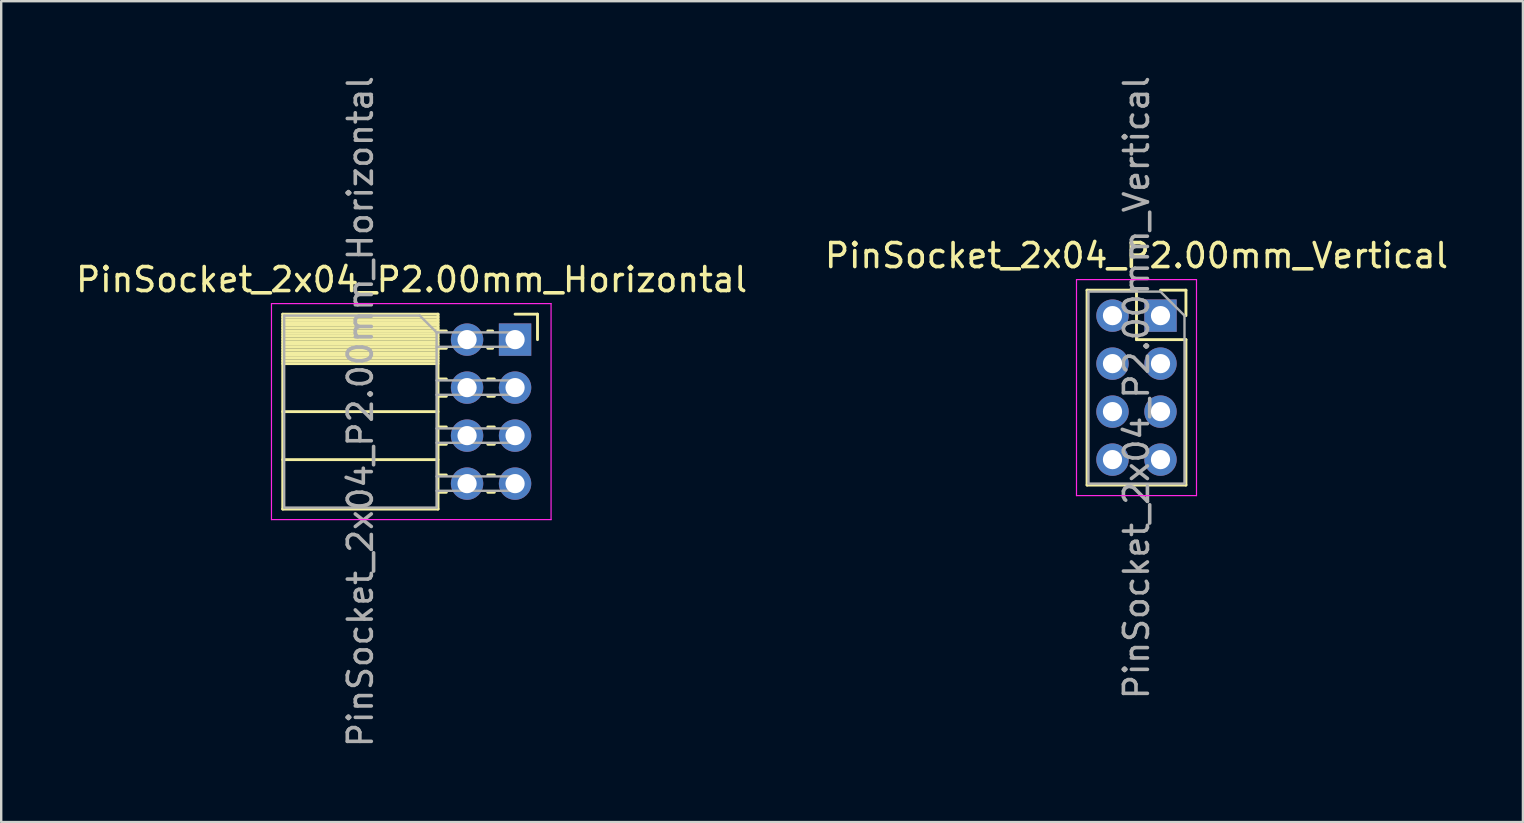
<source format=kicad_pcb>
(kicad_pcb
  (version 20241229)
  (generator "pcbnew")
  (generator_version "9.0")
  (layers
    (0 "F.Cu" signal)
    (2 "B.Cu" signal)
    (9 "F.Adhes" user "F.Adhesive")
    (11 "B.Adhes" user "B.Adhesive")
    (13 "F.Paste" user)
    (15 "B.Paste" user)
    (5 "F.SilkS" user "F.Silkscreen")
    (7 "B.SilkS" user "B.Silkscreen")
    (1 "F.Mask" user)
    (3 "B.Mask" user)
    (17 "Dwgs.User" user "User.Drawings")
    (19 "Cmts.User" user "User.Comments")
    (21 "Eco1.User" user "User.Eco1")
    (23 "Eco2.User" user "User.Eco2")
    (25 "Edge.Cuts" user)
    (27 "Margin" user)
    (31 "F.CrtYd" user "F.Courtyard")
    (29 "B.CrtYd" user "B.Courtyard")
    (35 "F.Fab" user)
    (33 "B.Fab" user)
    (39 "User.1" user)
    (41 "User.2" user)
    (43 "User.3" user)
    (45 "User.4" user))
  (footprint "PinSocket_2x04_P2.00mm_Horizontal"
    (layer "F.Cu")
    (at 18.411 11.101)
    (property "Reference" "PinSocket_2x04_P2.00mm_Horizontal" (at -4.31 -2.5 0) (layer "F.SilkS") (effects (font (size 1 1) (thickness 0.15))))
    (attr through_hole)
    (fp_line (start -9.68 -1.06) (end -9.68 7.06) (stroke (width 0.12) (type solid)) (layer "F.SilkS"))
    (fp_line (start -9.68 -1.06) (end -3.21 -1.06) (stroke (width 0.12) (type solid)) (layer "F.SilkS"))
    (fp_line (start -9.68 -0.94) (end -3.21 -0.94) (stroke (width 0.12) (type solid)) (layer "F.SilkS"))
    (fp_line (start -9.68 -0.826) (end -3.21 -0.826) (stroke (width 0.12) (type solid)) (layer "F.SilkS"))
    (fp_line (start -9.68 -0.712) (end -3.21 -0.712) (stroke (width 0.12) (type solid)) (layer "F.SilkS"))
    (fp_line (start -9.68 -0.598) (end -3.21 -0.598) (stroke (width 0.12) (type solid)) (layer "F.SilkS"))
    (fp_line (start -9.68 -0.484) (end -3.21 -0.484) (stroke (width 0.12) (type solid)) (layer "F.SilkS"))
    (fp_line (start -9.68 -0.369) (end -3.21 -0.369) (stroke (width 0.12) (type solid)) (layer "F.SilkS"))
    (fp_line (start -9.68 -0.255) (end -3.21 -0.255) (stroke (width 0.12) (type solid)) (layer "F.SilkS"))
    (fp_line (start -9.68 -0.141) (end -3.21 -0.141) (stroke (width 0.12) (type solid)) (layer "F.SilkS"))
    (fp_line (start -9.68 -0.027) (end -3.21 -0.027) (stroke (width 0.12) (type solid)) (layer "F.SilkS"))
    (fp_line (start -9.68 0.087) (end -3.21 0.087) (stroke (width 0.12) (type solid)) (layer "F.SilkS"))
    (fp_line (start -9.68 0.201) (end -3.21 0.201) (stroke (width 0.12) (type solid)) (layer "F.SilkS"))
    (fp_line (start -9.68 0.315) (end -3.21 0.315) (stroke (width 0.12) (type solid)) (layer "F.SilkS"))
    (fp_line (start -9.68 0.429) (end -3.21 0.429) (stroke (width 0.12) (type solid)) (layer "F.SilkS"))
    (fp_line (start -9.68 0.544) (end -3.21 0.544) (stroke (width 0.12) (type solid)) (layer "F.SilkS"))
    (fp_line (start -9.68 0.658) (end -3.21 0.658) (stroke (width 0.12) (type solid)) (layer "F.SilkS"))
    (fp_line (start -9.68 0.772) (end -3.21 0.772) (stroke (width 0.12) (type solid)) (layer "F.SilkS"))
    (fp_line (start -9.68 0.886) (end -3.21 0.886) (stroke (width 0.12) (type solid)) (layer "F.SilkS"))
    (fp_line (start -9.68 1) (end -3.21 1) (stroke (width 0.12) (type solid)) (layer "F.SilkS"))
    (fp_line (start -9.68 3) (end -3.21 3) (stroke (width 0.12) (type solid)) (layer "F.SilkS"))
    (fp_line (start -9.68 5) (end -3.21 5) (stroke (width 0.12) (type solid)) (layer "F.SilkS"))
    (fp_line (start -9.68 7.06) (end -3.21 7.06) (stroke (width 0.12) (type solid)) (layer "F.SilkS"))
    (fp_line (start -3.21 -1.06) (end -3.21 7.06) (stroke (width 0.12) (type solid)) (layer "F.SilkS"))
    (fp_line (start -3.21 -0.36) (end -2.863 -0.36) (stroke (width 0.12) (type solid)) (layer "F.SilkS"))
    (fp_line (start -3.21 0.36) (end -2.863 0.36) (stroke (width 0.12) (type solid)) (layer "F.SilkS"))
    (fp_line (start -3.21 1.64) (end -2.863 1.64) (stroke (width 0.12) (type solid)) (layer "F.SilkS"))
    (fp_line (start -3.21 2.36) (end -2.863 2.36) (stroke (width 0.12) (type solid)) (layer "F.SilkS"))
    (fp_line (start -3.21 3.64) (end -2.863 3.64) (stroke (width 0.12) (type solid)) (layer "F.SilkS"))
    (fp_line (start -3.21 4.36) (end -2.863 4.36) (stroke (width 0.12) (type solid)) (layer "F.SilkS"))
    (fp_line (start -3.21 5.64) (end -2.863 5.64) (stroke (width 0.12) (type solid)) (layer "F.SilkS"))
    (fp_line (start -3.21 6.36) (end -2.863 6.36) (stroke (width 0.12) (type solid)) (layer "F.SilkS"))
    (fp_line (start -1.137 -0.36) (end -0.935 -0.36) (stroke (width 0.12) (type solid)) (layer "F.SilkS"))
    (fp_line (start -1.137 0.36) (end -0.935 0.36) (stroke (width 0.12) (type solid)) (layer "F.SilkS"))
    (fp_line (start -1.137 1.64) (end -0.863 1.64) (stroke (width 0.12) (type solid)) (layer "F.SilkS"))
    (fp_line (start -1.137 2.36) (end -0.863 2.36) (stroke (width 0.12) (type solid)) (layer "F.SilkS"))
    (fp_line (start -1.137 3.64) (end -0.863 3.64) (stroke (width 0.12) (type solid)) (layer "F.SilkS"))
    (fp_line (start -1.137 4.36) (end -0.863 4.36) (stroke (width 0.12) (type solid)) (layer "F.SilkS"))
    (fp_line (start -1.137 5.64) (end -0.863 5.64) (stroke (width 0.12) (type solid)) (layer "F.SilkS"))
    (fp_line (start -1.137 6.36) (end -0.863 6.36) (stroke (width 0.12) (type solid)) (layer "F.SilkS"))
    (fp_line (start 0 -1.06) (end 0.935 -1.06) (stroke (width 0.12) (type solid)) (layer "F.SilkS"))
    (fp_line (start 0.935 -1.06) (end 0.935 0) (stroke (width 0.12) (type solid)) (layer "F.SilkS"))
    (fp_line (start -10.15 -1.5) (end -10.15 7.5) (stroke (width 0.05) (type solid)) (layer "F.CrtYd"))
    (fp_line (start -10.15 7.5) (end 1.5 7.5) (stroke (width 0.05) (type solid)) (layer "F.CrtYd"))
    (fp_line (start 1.5 -1.5) (end -10.15 -1.5) (stroke (width 0.05) (type solid)) (layer "F.CrtYd"))
    (fp_line (start 1.5 7.5) (end 1.5 -1.5) (stroke (width 0.05) (type solid)) (layer "F.CrtYd"))
    (fp_line (start -9.62 -1) (end -3.97 -1) (stroke (width 0.1) (type solid)) (layer "F.Fab"))
    (fp_line (start -9.62 7) (end -9.62 -1) (stroke (width 0.1) (type solid)) (layer "F.Fab"))
    (fp_line (start -3.97 -1) (end -3.27 -0.3) (stroke (width 0.1) (type solid)) (layer "F.Fab"))
    (fp_line (start -3.27 -0.3) (end -3.27 7) (stroke (width 0.1) (type solid)) (layer "F.Fab"))
    (fp_line (start -3.27 0.3) (end 0 0.3) (stroke (width 0.1) (type solid)) (layer "F.Fab"))
    (fp_line (start -3.27 2.3) (end 0 2.3) (stroke (width 0.1) (type solid)) (layer "F.Fab"))
    (fp_line (start -3.27 4.3) (end 0 4.3) (stroke (width 0.1) (type solid)) (layer "F.Fab"))
    (fp_line (start -3.27 6.3) (end 0 6.3) (stroke (width 0.1) (type solid)) (layer "F.Fab"))
    (fp_line (start -3.27 7) (end -9.62 7) (stroke (width 0.1) (type solid)) (layer "F.Fab"))
    (fp_line (start 0 -0.3) (end -3.27 -0.3) (stroke (width 0.1) (type solid)) (layer "F.Fab"))
    (fp_line (start 0 0.3) (end 0 -0.3) (stroke (width 0.1) (type solid)) (layer "F.Fab"))
    (fp_line (start 0 1.7) (end -3.27 1.7) (stroke (width 0.1) (type solid)) (layer "F.Fab"))
    (fp_line (start 0 2.3) (end 0 1.7) (stroke (width 0.1) (type solid)) (layer "F.Fab"))
    (fp_line (start 0 3.7) (end -3.27 3.7) (stroke (width 0.1) (type solid)) (layer "F.Fab"))
    (fp_line (start 0 4.3) (end 0 3.7) (stroke (width 0.1) (type solid)) (layer "F.Fab"))
    (fp_line (start 0 5.7) (end -3.27 5.7) (stroke (width 0.1) (type solid)) (layer "F.Fab"))
    (fp_line (start 0 6.3) (end 0 5.7) (stroke (width 0.1) (type solid)) (layer "F.Fab"))
    (fp_text user "${REFERENCE}" (at -6.445 3 90) (layer "F.Fab") (effects (font (size 1 1) (thickness 0.15))))
    (pad "1" thru_hole rect (at 0 0) (size 1.35 1.35) (drill 0.8) (layers "*.Cu" "*.Mask"))
    (pad "2" thru_hole circle (at -2 0) (size 1.35 1.35) (drill 0.8) (layers "*.Cu" "*.Mask"))
    (pad "3" thru_hole circle (at 0 2) (size 1.35 1.35) (drill 0.8) (layers "*.Cu" "*.Mask"))
    (pad "4" thru_hole circle (at -2 2) (size 1.35 1.35) (drill 0.8) (layers "*.Cu" "*.Mask"))
    (pad "5" thru_hole circle (at 0 4) (size 1.35 1.35) (drill 0.8) (layers "*.Cu" "*.Mask"))
    (pad "6" thru_hole circle (at -2 4) (size 1.35 1.35) (drill 0.8) (layers "*.Cu" "*.Mask"))
    (pad "7" thru_hole circle (at 0 6) (size 1.35 1.35) (drill 0.8) (layers "*.Cu" "*.Mask"))
    (pad "8" thru_hole circle (at -2 6) (size 1.35 1.35) (drill 0.8) (layers "*.Cu" "*.Mask")))
  (footprint "PinSocket_2x04_P2.00mm_Vertical"
    (layer "F.Cu")
    (at 45.304 10.101)
    (property "Reference" "PinSocket_2x04_P2.00mm_Vertical" (at -1 -2.5 0) (layer "F.SilkS") (effects (font (size 1 1) (thickness 0.15))))
    (attr through_hole)
    (fp_line (start -3.06 -1.06) (end -3.06 7.06) (stroke (width 0.12) (type solid)) (layer "F.SilkS"))
    (fp_line (start -3.06 -1.06) (end -1 -1.06) (stroke (width 0.12) (type solid)) (layer "F.SilkS"))
    (fp_line (start -3.06 7.06) (end 1.06 7.06) (stroke (width 0.12) (type solid)) (layer "F.SilkS"))
    (fp_line (start -1 -1.06) (end -1 1) (stroke (width 0.12) (type solid)) (layer "F.SilkS"))
    (fp_line (start -1 1) (end 1.06 1) (stroke (width 0.12) (type solid)) (layer "F.SilkS"))
    (fp_line (start 0 -1.06) (end 1.06 -1.06) (stroke (width 0.12) (type solid)) (layer "F.SilkS"))
    (fp_line (start 1.06 -1.06) (end 1.06 0) (stroke (width 0.12) (type solid)) (layer "F.SilkS"))
    (fp_line (start 1.06 1) (end 1.06 7.06) (stroke (width 0.12) (type solid)) (layer "F.SilkS"))
    (fp_line (start -3.5 -1.5) (end 1.5 -1.5) (stroke (width 0.05) (type solid)) (layer "F.CrtYd"))
    (fp_line (start -3.5 7.5) (end -3.5 -1.5) (stroke (width 0.05) (type solid)) (layer "F.CrtYd"))
    (fp_line (start 1.5 -1.5) (end 1.5 7.5) (stroke (width 0.05) (type solid)) (layer "F.CrtYd"))
    (fp_line (start 1.5 7.5) (end -3.5 7.5) (stroke (width 0.05) (type solid)) (layer "F.CrtYd"))
    (fp_line (start -3 -1) (end 0 -1) (stroke (width 0.1) (type solid)) (layer "F.Fab"))
    (fp_line (start -3 7) (end -3 -1) (stroke (width 0.1) (type solid)) (layer "F.Fab"))
    (fp_line (start 0 -1) (end 1 0) (stroke (width 0.1) (type solid)) (layer "F.Fab"))
    (fp_line (start 1 0) (end 1 7) (stroke (width 0.1) (type solid)) (layer "F.Fab"))
    (fp_line (start 1 7) (end -3 7) (stroke (width 0.1) (type solid)) (layer "F.Fab"))
    (fp_text user "${REFERENCE}" (at -1 3 90) (layer "F.Fab") (effects (font (size 1 1) (thickness 0.15))))
    (pad "1" thru_hole rect (at 0 0) (size 1.35 1.35) (drill 0.8) (layers "*.Cu" "*.Mask"))
    (pad "2" thru_hole circle (at -2 0) (size 1.35 1.35) (drill 0.8) (layers "*.Cu" "*.Mask"))
    (pad "3" thru_hole circle (at 0 2) (size 1.35 1.35) (drill 0.8) (layers "*.Cu" "*.Mask"))
    (pad "4" thru_hole circle (at -2 2) (size 1.35 1.35) (drill 0.8) (layers "*.Cu" "*.Mask"))
    (pad "5" thru_hole circle (at 0 4) (size 1.35 1.35) (drill 0.8) (layers "*.Cu" "*.Mask"))
    (pad "6" thru_hole circle (at -2 4) (size 1.35 1.35) (drill 0.8) (layers "*.Cu" "*.Mask"))
    (pad "7" thru_hole circle (at 0 6) (size 1.35 1.35) (drill 0.8) (layers "*.Cu" "*.Mask"))
    (pad "8" thru_hole circle (at -2 6) (size 1.35 1.35) (drill 0.8) (layers "*.Cu" "*.Mask")))
  (gr_rect
    (start -3 -3)
    (end 60.405 31.202)
    (stroke (width 0.1) (type default))
    (fill no)
    (layer "Edge.Cuts")))
</source>
